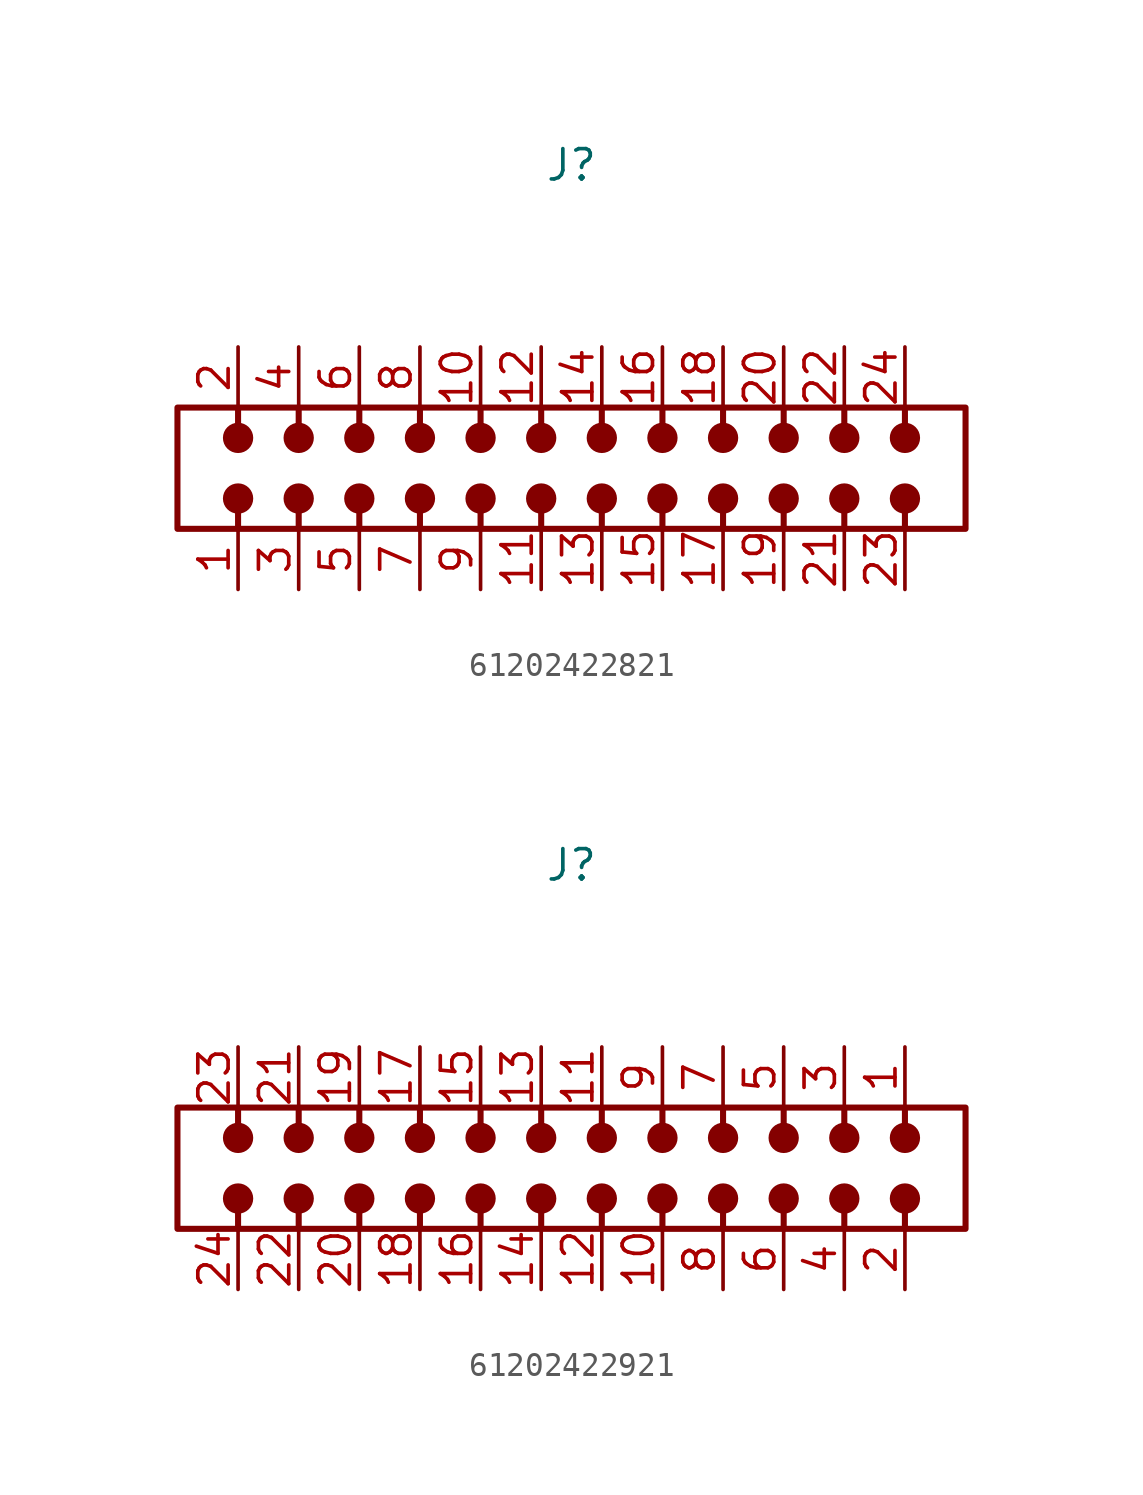
<source format=kicad_sym>
(kicad_symbol_lib
  (version 20241209)
  (generator "kicad_symbol_editor")
  (generator_version "9.0")
  (symbol "61202422821"
    (pin_names
      (hide yes))
    (property "Reference" "J"
      (at 0 12.7 0)
      (effects (font (size 1.27 1.27))))
    (symbol "61202422821_1_1"
      (rectangle (start -16.51 2.54) (end 16.51 -2.54) (stroke (width 0.254) (type solid)) (fill (type none)))
      (polyline (pts (xy -13.97 1.778) (xy -13.97 2.54)) (stroke (width 0.254) (type solid)) (fill (type none)))
      (circle (center -13.97 1.27) (radius 0.508) (stroke (width 0.254) (type solid)) (fill (type outline)))
      (circle (center -13.97 -1.27) (radius 0.508) (stroke (width 0.254) (type solid)) (fill (type outline)))
      (polyline (pts (xy -13.97 -1.778) (xy -13.97 -2.54)) (stroke (width 0.254) (type solid)) (fill (type none)))
      (polyline (pts (xy -11.43 1.778) (xy -11.43 2.54)) (stroke (width 0.254) (type solid)) (fill (type none)))
      (circle (center -11.43 1.27) (radius 0.508) (stroke (width 0.254) (type solid)) (fill (type outline)))
      (circle (center -11.43 -1.27) (radius 0.508) (stroke (width 0.254) (type solid)) (fill (type outline)))
      (polyline (pts (xy -11.43 -1.778) (xy -11.43 -2.54)) (stroke (width 0.254) (type solid)) (fill (type none)))
      (polyline (pts (xy -8.89 1.778) (xy -8.89 2.54)) (stroke (width 0.254) (type solid)) (fill (type none)))
      (circle (center -8.89 1.27) (radius 0.508) (stroke (width 0.254) (type solid)) (fill (type outline)))
      (circle (center -8.89 -1.27) (radius 0.508) (stroke (width 0.254) (type solid)) (fill (type outline)))
      (polyline (pts (xy -8.89 -1.778) (xy -8.89 -2.54)) (stroke (width 0.254) (type solid)) (fill (type none)))
      (polyline (pts (xy -6.35 1.778) (xy -6.35 2.54)) (stroke (width 0.254) (type solid)) (fill (type none)))
      (circle (center -6.35 1.27) (radius 0.508) (stroke (width 0.254) (type solid)) (fill (type outline)))
      (circle (center -6.35 -1.27) (radius 0.508) (stroke (width 0.254) (type solid)) (fill (type outline)))
      (polyline (pts (xy -6.35 -1.778) (xy -6.35 -2.54)) (stroke (width 0.254) (type solid)) (fill (type none)))
      (polyline (pts (xy -3.81 1.778) (xy -3.81 2.54)) (stroke (width 0.254) (type solid)) (fill (type none)))
      (circle (center -3.81 1.27) (radius 0.508) (stroke (width 0.254) (type solid)) (fill (type outline)))
      (circle (center -3.81 -1.27) (radius 0.508) (stroke (width 0.254) (type solid)) (fill (type outline)))
      (polyline (pts (xy -3.81 -1.778) (xy -3.81 -2.54)) (stroke (width 0.254) (type solid)) (fill (type none)))
      (polyline (pts (xy -1.27 1.778) (xy -1.27 2.54)) (stroke (width 0.254) (type solid)) (fill (type none)))
      (circle (center -1.27 1.27) (radius 0.508) (stroke (width 0.254) (type solid)) (fill (type outline)))
      (circle (center -1.27 -1.27) (radius 0.508) (stroke (width 0.254) (type solid)) (fill (type outline)))
      (polyline (pts (xy -1.27 -1.778) (xy -1.27 -2.54)) (stroke (width 0.254) (type solid)) (fill (type none)))
      (polyline (pts (xy 1.27 1.778) (xy 1.27 2.54)) (stroke (width 0.254) (type solid)) (fill (type none)))
      (circle (center 1.27 1.27) (radius 0.508) (stroke (width 0.254) (type solid)) (fill (type outline)))
      (circle (center 1.27 -1.27) (radius 0.508) (stroke (width 0.254) (type solid)) (fill (type outline)))
      (polyline (pts (xy 1.27 -1.778) (xy 1.27 -2.54)) (stroke (width 0.254) (type solid)) (fill (type none)))
      (polyline (pts (xy 3.81 1.778) (xy 3.81 2.54)) (stroke (width 0.254) (type solid)) (fill (type none)))
      (circle (center 3.81 1.27) (radius 0.508) (stroke (width 0.254) (type solid)) (fill (type outline)))
      (circle (center 3.81 -1.27) (radius 0.508) (stroke (width 0.254) (type solid)) (fill (type outline)))
      (polyline (pts (xy 3.81 -1.778) (xy 3.81 -2.54)) (stroke (width 0.254) (type solid)) (fill (type none)))
      (polyline (pts (xy 6.35 1.778) (xy 6.35 2.54)) (stroke (width 0.254) (type solid)) (fill (type none)))
      (circle (center 6.35 1.27) (radius 0.508) (stroke (width 0.254) (type solid)) (fill (type outline)))
      (circle (center 6.35 -1.27) (radius 0.508) (stroke (width 0.254) (type solid)) (fill (type outline)))
      (polyline (pts (xy 6.35 -1.778) (xy 6.35 -2.54)) (stroke (width 0.254) (type solid)) (fill (type none)))
      (polyline (pts (xy 8.89 1.778) (xy 8.89 2.54)) (stroke (width 0.254) (type solid)) (fill (type none)))
      (circle (center 8.89 1.27) (radius 0.508) (stroke (width 0.254) (type solid)) (fill (type outline)))
      (circle (center 8.89 -1.27) (radius 0.508) (stroke (width 0.254) (type solid)) (fill (type outline)))
      (polyline (pts (xy 8.89 -1.778) (xy 8.89 -2.54)) (stroke (width 0.254) (type solid)) (fill (type none)))
      (polyline (pts (xy 11.43 1.778) (xy 11.43 2.54)) (stroke (width 0.254) (type solid)) (fill (type none)))
      (circle (center 11.43 1.27) (radius 0.508) (stroke (width 0.254) (type solid)) (fill (type outline)))
      (circle (center 11.43 -1.27) (radius 0.508) (stroke (width 0.254) (type solid)) (fill (type outline)))
      (polyline (pts (xy 11.43 -1.778) (xy 11.43 -2.54)) (stroke (width 0.254) (type solid)) (fill (type none)))
      (polyline (pts (xy 13.97 1.778) (xy 13.97 2.54)) (stroke (width 0.254) (type solid)) (fill (type none)))
      (circle (center 13.97 1.27) (radius 0.508) (stroke (width 0.254) (type solid)) (fill (type outline)))
      (circle (center 13.97 -1.27) (radius 0.508) (stroke (width 0.254) (type solid)) (fill (type outline)))
      (polyline (pts (xy 13.97 -1.778) (xy 13.97 -2.54)) (stroke (width 0.254) (type solid)) (fill (type none)))
      (pin passive line (at -13.97 5.08 270) (length 2.54) (name "2" (effects (font (size 1.27 1.27)))) (number "2" (effects (font (size 1.27 1.27)))))
      (pin passive line (at -13.97 -5.08 90) (length 2.54) (name "1" (effects (font (size 1.27 1.27)))) (number "1" (effects (font (size 1.27 1.27)))))
      (pin passive line (at -11.43 5.08 270) (length 2.54) (name "4" (effects (font (size 1.27 1.27)))) (number "4" (effects (font (size 1.27 1.27)))))
      (pin passive line (at -11.43 -5.08 90) (length 2.54) (name "3" (effects (font (size 1.27 1.27)))) (number "3" (effects (font (size 1.27 1.27)))))
      (pin passive line (at -8.89 5.08 270) (length 2.54) (name "6" (effects (font (size 1.27 1.27)))) (number "6" (effects (font (size 1.27 1.27)))))
      (pin passive line (at -8.89 -5.08 90) (length 2.54) (name "5" (effects (font (size 1.27 1.27)))) (number "5" (effects (font (size 1.27 1.27)))))
      (pin passive line (at -6.35 5.08 270) (length 2.54) (name "8" (effects (font (size 1.27 1.27)))) (number "8" (effects (font (size 1.27 1.27)))))
      (pin passive line (at -6.35 -5.08 90) (length 2.54) (name "7" (effects (font (size 1.27 1.27)))) (number "7" (effects (font (size 1.27 1.27)))))
      (pin passive line (at -3.81 5.08 270) (length 2.54) (name "10" (effects (font (size 1.27 1.27)))) (number "10" (effects (font (size 1.27 1.27)))))
      (pin passive line (at -3.81 -5.08 90) (length 2.54) (name "9" (effects (font (size 1.27 1.27)))) (number "9" (effects (font (size 1.27 1.27)))))
      (pin passive line (at -1.27 5.08 270) (length 2.54) (name "12" (effects (font (size 1.27 1.27)))) (number "12" (effects (font (size 1.27 1.27)))))
      (pin passive line (at -1.27 -5.08 90) (length 2.54) (name "11" (effects (font (size 1.27 1.27)))) (number "11" (effects (font (size 1.27 1.27)))))
      (pin passive line (at 1.27 5.08 270) (length 2.54) (name "14" (effects (font (size 1.27 1.27)))) (number "14" (effects (font (size 1.27 1.27)))))
      (pin passive line (at 1.27 -5.08 90) (length 2.54) (name "13" (effects (font (size 1.27 1.27)))) (number "13" (effects (font (size 1.27 1.27)))))
      (pin passive line (at 3.81 5.08 270) (length 2.54) (name "16" (effects (font (size 1.27 1.27)))) (number "16" (effects (font (size 1.27 1.27)))))
      (pin passive line (at 3.81 -5.08 90) (length 2.54) (name "15" (effects (font (size 1.27 1.27)))) (number "15" (effects (font (size 1.27 1.27)))))
      (pin passive line (at 6.35 5.08 270) (length 2.54) (name "18" (effects (font (size 1.27 1.27)))) (number "18" (effects (font (size 1.27 1.27)))))
      (pin passive line (at 6.35 -5.08 90) (length 2.54) (name "17" (effects (font (size 1.27 1.27)))) (number "17" (effects (font (size 1.27 1.27)))))
      (pin passive line (at 8.89 5.08 270) (length 2.54) (name "20" (effects (font (size 1.27 1.27)))) (number "20" (effects (font (size 1.27 1.27)))))
      (pin passive line (at 8.89 -5.08 90) (length 2.54) (name "19" (effects (font (size 1.27 1.27)))) (number "19" (effects (font (size 1.27 1.27)))))
      (pin passive line (at 11.43 5.08 270) (length 2.54) (name "22" (effects (font (size 1.27 1.27)))) (number "22" (effects (font (size 1.27 1.27)))))
      (pin passive line (at 11.43 -5.08 90) (length 2.54) (name "21" (effects (font (size 1.27 1.27)))) (number "21" (effects (font (size 1.27 1.27)))))
      (pin passive line (at 13.97 5.08 270) (length 2.54) (name "24" (effects (font (size 1.27 1.27)))) (number "24" (effects (font (size 1.27 1.27)))))
      (pin passive line (at 13.97 -5.08 90) (length 2.54) (name "23" (effects (font (size 1.27 1.27)))) (number "23" (effects (font (size 1.27 1.27)))))))
  (symbol "61202422921"
    (pin_names
      (hide yes))
    (property "Reference" "J"
      (at 0 12.7 0)
      (effects (font (size 1.27 1.27))))
    (symbol "61202422921_1_1"
      (rectangle (start -16.51 2.54) (end 16.51 -2.54) (stroke (width 0.254) (type solid)) (fill (type none)))
      (polyline (pts (xy -13.97 1.778) (xy -13.97 2.54)) (stroke (width 0.254) (type solid)) (fill (type none)))
      (circle (center -13.97 1.27) (radius 0.508) (stroke (width 0.254) (type solid)) (fill (type outline)))
      (circle (center -13.97 -1.27) (radius 0.508) (stroke (width 0.254) (type solid)) (fill (type outline)))
      (polyline (pts (xy -13.97 -1.778) (xy -13.97 -2.54)) (stroke (width 0.254) (type solid)) (fill (type none)))
      (polyline (pts (xy -11.43 1.778) (xy -11.43 2.54)) (stroke (width 0.254) (type solid)) (fill (type none)))
      (circle (center -11.43 1.27) (radius 0.508) (stroke (width 0.254) (type solid)) (fill (type outline)))
      (circle (center -11.43 -1.27) (radius 0.508) (stroke (width 0.254) (type solid)) (fill (type outline)))
      (polyline (pts (xy -11.43 -1.778) (xy -11.43 -2.54)) (stroke (width 0.254) (type solid)) (fill (type none)))
      (polyline (pts (xy -8.89 1.778) (xy -8.89 2.54)) (stroke (width 0.254) (type solid)) (fill (type none)))
      (circle (center -8.89 1.27) (radius 0.508) (stroke (width 0.254) (type solid)) (fill (type outline)))
      (circle (center -8.89 -1.27) (radius 0.508) (stroke (width 0.254) (type solid)) (fill (type outline)))
      (polyline (pts (xy -8.89 -1.778) (xy -8.89 -2.54)) (stroke (width 0.254) (type solid)) (fill (type none)))
      (polyline (pts (xy -6.35 1.778) (xy -6.35 2.54)) (stroke (width 0.254) (type solid)) (fill (type none)))
      (circle (center -6.35 1.27) (radius 0.508) (stroke (width 0.254) (type solid)) (fill (type outline)))
      (circle (center -6.35 -1.27) (radius 0.508) (stroke (width 0.254) (type solid)) (fill (type outline)))
      (polyline (pts (xy -6.35 -1.778) (xy -6.35 -2.54)) (stroke (width 0.254) (type solid)) (fill (type none)))
      (polyline (pts (xy -3.81 1.778) (xy -3.81 2.54)) (stroke (width 0.254) (type solid)) (fill (type none)))
      (circle (center -3.81 1.27) (radius 0.508) (stroke (width 0.254) (type solid)) (fill (type outline)))
      (circle (center -3.81 -1.27) (radius 0.508) (stroke (width 0.254) (type solid)) (fill (type outline)))
      (polyline (pts (xy -3.81 -1.778) (xy -3.81 -2.54)) (stroke (width 0.254) (type solid)) (fill (type none)))
      (polyline (pts (xy -1.27 1.778) (xy -1.27 2.54)) (stroke (width 0.254) (type solid)) (fill (type none)))
      (circle (center -1.27 1.27) (radius 0.508) (stroke (width 0.254) (type solid)) (fill (type outline)))
      (circle (center -1.27 -1.27) (radius 0.508) (stroke (width 0.254) (type solid)) (fill (type outline)))
      (polyline (pts (xy -1.27 -1.778) (xy -1.27 -2.54)) (stroke (width 0.254) (type solid)) (fill (type none)))
      (polyline (pts (xy 1.27 1.778) (xy 1.27 2.54)) (stroke (width 0.254) (type solid)) (fill (type none)))
      (circle (center 1.27 1.27) (radius 0.508) (stroke (width 0.254) (type solid)) (fill (type outline)))
      (circle (center 1.27 -1.27) (radius 0.508) (stroke (width 0.254) (type solid)) (fill (type outline)))
      (polyline (pts (xy 1.27 -1.778) (xy 1.27 -2.54)) (stroke (width 0.254) (type solid)) (fill (type none)))
      (polyline (pts (xy 3.81 1.778) (xy 3.81 2.54)) (stroke (width 0.254) (type solid)) (fill (type none)))
      (circle (center 3.81 1.27) (radius 0.508) (stroke (width 0.254) (type solid)) (fill (type outline)))
      (circle (center 3.81 -1.27) (radius 0.508) (stroke (width 0.254) (type solid)) (fill (type outline)))
      (polyline (pts (xy 3.81 -1.778) (xy 3.81 -2.54)) (stroke (width 0.254) (type solid)) (fill (type none)))
      (polyline (pts (xy 6.35 1.778) (xy 6.35 2.54)) (stroke (width 0.254) (type solid)) (fill (type none)))
      (circle (center 6.35 1.27) (radius 0.508) (stroke (width 0.254) (type solid)) (fill (type outline)))
      (circle (center 6.35 -1.27) (radius 0.508) (stroke (width 0.254) (type solid)) (fill (type outline)))
      (polyline (pts (xy 6.35 -1.778) (xy 6.35 -2.54)) (stroke (width 0.254) (type solid)) (fill (type none)))
      (polyline (pts (xy 8.89 1.778) (xy 8.89 2.54)) (stroke (width 0.254) (type solid)) (fill (type none)))
      (circle (center 8.89 1.27) (radius 0.508) (stroke (width 0.254) (type solid)) (fill (type outline)))
      (circle (center 8.89 -1.27) (radius 0.508) (stroke (width 0.254) (type solid)) (fill (type outline)))
      (polyline (pts (xy 8.89 -1.778) (xy 8.89 -2.54)) (stroke (width 0.254) (type solid)) (fill (type none)))
      (polyline (pts (xy 11.43 1.778) (xy 11.43 2.54)) (stroke (width 0.254) (type solid)) (fill (type none)))
      (circle (center 11.43 1.27) (radius 0.508) (stroke (width 0.254) (type solid)) (fill (type outline)))
      (circle (center 11.43 -1.27) (radius 0.508) (stroke (width 0.254) (type solid)) (fill (type outline)))
      (polyline (pts (xy 11.43 -1.778) (xy 11.43 -2.54)) (stroke (width 0.254) (type solid)) (fill (type none)))
      (polyline (pts (xy 13.97 1.778) (xy 13.97 2.54)) (stroke (width 0.254) (type solid)) (fill (type none)))
      (circle (center 13.97 1.27) (radius 0.508) (stroke (width 0.254) (type solid)) (fill (type outline)))
      (circle (center 13.97 -1.27) (radius 0.508) (stroke (width 0.254) (type solid)) (fill (type outline)))
      (polyline (pts (xy 13.97 -1.778) (xy 13.97 -2.54)) (stroke (width 0.254) (type solid)) (fill (type none)))
      (pin passive line (at -13.97 5.08 270) (length 2.54) (name "23" (effects (font (size 1.27 1.27)))) (number "23" (effects (font (size 1.27 1.27)))))
      (pin passive line (at -13.97 -5.08 90) (length 2.54) (name "24" (effects (font (size 1.27 1.27)))) (number "24" (effects (font (size 1.27 1.27)))))
      (pin passive line (at -11.43 5.08 270) (length 2.54) (name "21" (effects (font (size 1.27 1.27)))) (number "21" (effects (font (size 1.27 1.27)))))
      (pin passive line (at -11.43 -5.08 90) (length 2.54) (name "22" (effects (font (size 1.27 1.27)))) (number "22" (effects (font (size 1.27 1.27)))))
      (pin passive line (at -8.89 5.08 270) (length 2.54) (name "19" (effects (font (size 1.27 1.27)))) (number "19" (effects (font (size 1.27 1.27)))))
      (pin passive line (at -8.89 -5.08 90) (length 2.54) (name "20" (effects (font (size 1.27 1.27)))) (number "20" (effects (font (size 1.27 1.27)))))
      (pin passive line (at -6.35 5.08 270) (length 2.54) (name "17" (effects (font (size 1.27 1.27)))) (number "17" (effects (font (size 1.27 1.27)))))
      (pin passive line (at -6.35 -5.08 90) (length 2.54) (name "18" (effects (font (size 1.27 1.27)))) (number "18" (effects (font (size 1.27 1.27)))))
      (pin passive line (at -3.81 5.08 270) (length 2.54) (name "15" (effects (font (size 1.27 1.27)))) (number "15" (effects (font (size 1.27 1.27)))))
      (pin passive line (at -3.81 -5.08 90) (length 2.54) (name "16" (effects (font (size 1.27 1.27)))) (number "16" (effects (font (size 1.27 1.27)))))
      (pin passive line (at -1.27 5.08 270) (length 2.54) (name "13" (effects (font (size 1.27 1.27)))) (number "13" (effects (font (size 1.27 1.27)))))
      (pin passive line (at -1.27 -5.08 90) (length 2.54) (name "14" (effects (font (size 1.27 1.27)))) (number "14" (effects (font (size 1.27 1.27)))))
      (pin passive line (at 1.27 5.08 270) (length 2.54) (name "11" (effects (font (size 1.27 1.27)))) (number "11" (effects (font (size 1.27 1.27)))))
      (pin passive line (at 1.27 -5.08 90) (length 2.54) (name "12" (effects (font (size 1.27 1.27)))) (number "12" (effects (font (size 1.27 1.27)))))
      (pin passive line (at 3.81 5.08 270) (length 2.54) (name "9" (effects (font (size 1.27 1.27)))) (number "9" (effects (font (size 1.27 1.27)))))
      (pin passive line (at 3.81 -5.08 90) (length 2.54) (name "10" (effects (font (size 1.27 1.27)))) (number "10" (effects (font (size 1.27 1.27)))))
      (pin passive line (at 6.35 5.08 270) (length 2.54) (name "7" (effects (font (size 1.27 1.27)))) (number "7" (effects (font (size 1.27 1.27)))))
      (pin passive line (at 6.35 -5.08 90) (length 2.54) (name "8" (effects (font (size 1.27 1.27)))) (number "8" (effects (font (size 1.27 1.27)))))
      (pin passive line (at 8.89 5.08 270) (length 2.54) (name "5" (effects (font (size 1.27 1.27)))) (number "5" (effects (font (size 1.27 1.27)))))
      (pin passive line (at 8.89 -5.08 90) (length 2.54) (name "6" (effects (font (size 1.27 1.27)))) (number "6" (effects (font (size 1.27 1.27)))))
      (pin passive line (at 11.43 5.08 270) (length 2.54) (name "3" (effects (font (size 1.27 1.27)))) (number "3" (effects (font (size 1.27 1.27)))))
      (pin passive line (at 11.43 -5.08 90) (length 2.54) (name "4" (effects (font (size 1.27 1.27)))) (number "4" (effects (font (size 1.27 1.27)))))
      (pin passive line (at 13.97 5.08 270) (length 2.54) (name "1" (effects (font (size 1.27 1.27)))) (number "1" (effects (font (size 1.27 1.27)))))
      (pin passive line (at 13.97 -5.08 90) (length 2.54) (name "2" (effects (font (size 1.27 1.27)))) (number "2" (effects (font (size 1.27 1.27))))))))
</source>
